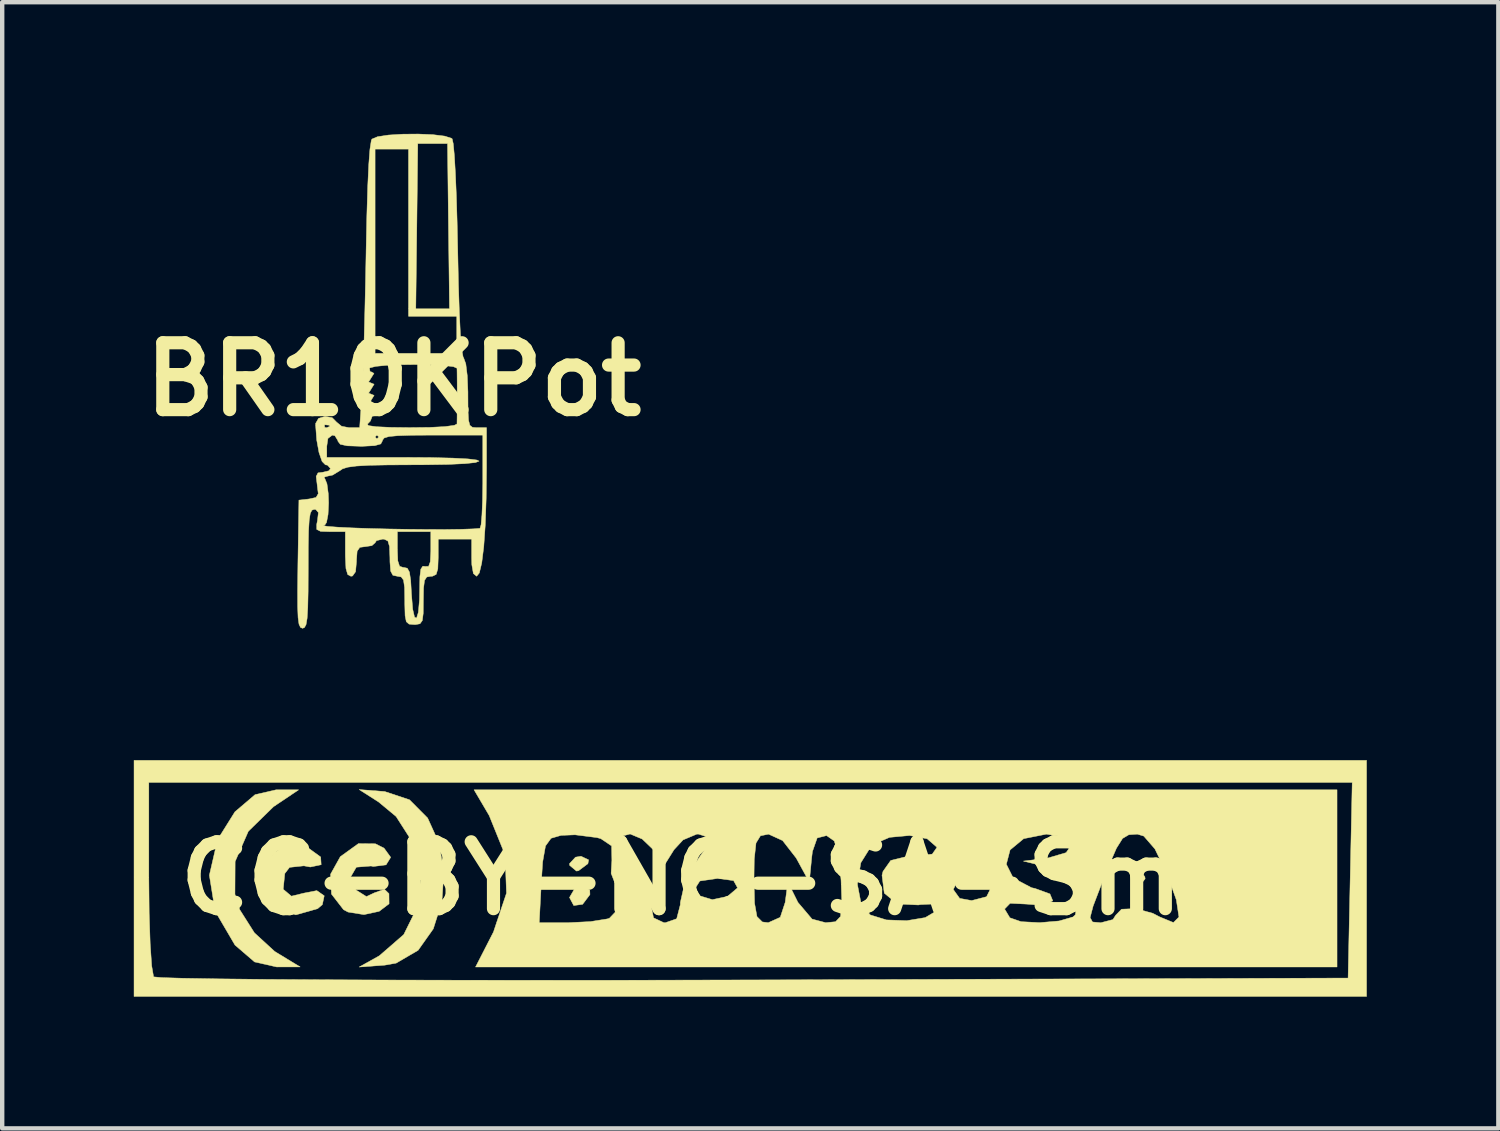
<source format=kicad_pcb>
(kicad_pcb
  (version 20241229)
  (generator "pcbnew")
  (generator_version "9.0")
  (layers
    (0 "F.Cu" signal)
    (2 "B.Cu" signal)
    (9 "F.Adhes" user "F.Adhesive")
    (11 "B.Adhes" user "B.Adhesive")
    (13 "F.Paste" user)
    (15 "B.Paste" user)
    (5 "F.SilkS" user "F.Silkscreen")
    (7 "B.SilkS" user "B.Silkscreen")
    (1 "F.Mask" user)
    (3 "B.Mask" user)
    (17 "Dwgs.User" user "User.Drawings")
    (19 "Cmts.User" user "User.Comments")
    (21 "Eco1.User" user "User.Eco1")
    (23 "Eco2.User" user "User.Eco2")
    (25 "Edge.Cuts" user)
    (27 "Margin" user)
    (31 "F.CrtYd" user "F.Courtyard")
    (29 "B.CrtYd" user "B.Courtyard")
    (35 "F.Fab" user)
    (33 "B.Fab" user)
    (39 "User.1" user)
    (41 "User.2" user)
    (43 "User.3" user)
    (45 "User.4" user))
  (footprint "BR10KPot"
    (layer "F.Cu")
    (at 5.922 5.597)
    (property "Reference" "BR10KPot" (at 0 0 0) (layer "F.SilkS") (effects (font (size 1.524 1.524) (thickness 0.3))))
    (attr through_hole board_only exclude_from_pos_files exclude_from_bom)
    (fp_poly (pts (xy 0.894 -5.578) (xy 1.162 -5.545) (xy 1.319 -5.495) (xy 1.334 -5.482) (xy 1.359 -5.369) (xy 1.384 -5.104) (xy 1.407 -4.707) (xy 1.429 -4.194) (xy 1.447 -3.584) (xy 1.46 -2.979) (xy 1.477 -2.161) (xy 1.498 -1.509) (xy 1.522 -1.019) (xy 1.55 -0.688) (xy 1.583 -0.513) (xy 1.597 -0.486) (xy 1.645 -0.353) (xy 1.678 -0.084) (xy 1.693 0.285) (xy 1.693 0.356) (xy 1.695 0.711) (xy 1.707 0.931) (xy 1.737 1.047) (xy 1.797 1.093) (xy 1.894 1.101) (xy 1.905 1.101) (xy 2.117 1.101) (xy 2.117 2.019) (xy 2.109 2.716) (xy 2.088 3.319) (xy 2.054 3.813) (xy 2.008 4.182) (xy 1.953 4.412) (xy 1.892 4.487) (xy 1.817 4.425) (xy 1.782 4.225) (xy 1.778 4.064) (xy 1.778 3.641) (xy 1.016 3.641) (xy 1.016 4.064) (xy 1.007 4.318) (xy 0.969 4.445) (xy 0.886 4.486) (xy 0.847 4.487) (xy 0.755 4.504) (xy 0.704 4.581) (xy 0.682 4.754) (xy 0.677 5.038) (xy 0.674 5.334) (xy 0.653 5.498) (xy 0.6 5.57) (xy 0.5 5.588) (xy 0.466 5.588) (xy 0.352 5.578) (xy 0.289 5.524) (xy 0.261 5.386) (xy 0.254 5.128) (xy 0.254 5.038) (xy 0.249 4.74) (xy 0.225 4.574) (xy 0.172 4.502) (xy 0.085 4.487) (xy -0.017 4.465) (xy -0.068 4.37) (xy -0.084 4.162) (xy -0.085 4.064) (xy -0.094 3.81) (xy -0.131 3.683) (xy -0.215 3.642) (xy -0.254 3.641) (xy -0.392 3.676) (xy -0.423 3.725) (xy -0.496 3.789) (xy -0.635 3.81) (xy -0.771 3.828) (xy -0.832 3.916) (xy -0.847 4.119) (xy -0.847 4.149) (xy -0.868 4.384) (xy -0.937 4.481) (xy -0.974 4.487) (xy -1.047 4.448) (xy -1.087 4.31) (xy -1.1 4.041) (xy -1.101 3.979) (xy -1.101 3.471) (xy 0.085 3.471) (xy 0.085 3.885) (xy 0.095 4.137) (xy 0.135 4.259) (xy 0.22 4.288) (xy 0.233 4.287) (xy 0.311 4.304) (xy 0.36 4.392) (xy 0.389 4.585) (xy 0.406 4.892) (xy 0.434 5.237) (xy 0.476 5.419) (xy 0.522 5.442) (xy 0.563 5.31) (xy 0.589 5.026) (xy 0.593 4.812) (xy 0.598 4.498) (xy 0.62 4.324) (xy 0.665 4.258) (xy 0.72 4.264) (xy 0.797 4.262) (xy 0.835 4.157) (xy 0.847 3.919) (xy 0.847 3.892) (xy 0.847 3.471) (xy 0.085 3.471) (xy -1.101 3.471) (xy -1.446 3.471) (xy -1.664 3.464) (xy -1.753 3.42) (xy -1.753 3.333) (xy -1.607 3.333) (xy -1.503 3.351) (xy -1.28 3.368) (xy -0.962 3.384) (xy -0.574 3.398) (xy -0.142 3.409) (xy 0.31 3.417) (xy 0.756 3.421) (xy 1.172 3.422) (xy 1.534 3.417) (xy 1.815 3.407) (xy 1.968 3.395) (xy 1.993 3.312) (xy 2.012 3.093) (xy 2.026 2.769) (xy 2.032 2.373) (xy 2.032 2.328) (xy 2.032 1.27) (xy 0.889 1.27) (xy 0.421 1.273) (xy 0.097 1.283) (xy -0.107 1.302) (xy -0.215 1.335) (xy -0.253 1.383) (xy -0.254 1.397) (xy -0.293 1.471) (xy -0.431 1.51) (xy -0.701 1.524) (xy -0.762 1.524) (xy -1.057 1.514) (xy -1.215 1.48) (xy -1.269 1.412) (xy -1.27 1.397) (xy -1.321 1.312) (xy -0.423 1.312) (xy -0.381 1.355) (xy -0.339 1.312) (xy -0.381 1.27) (xy -0.423 1.312) (xy -1.321 1.312) (xy -1.338 1.285) (xy -1.397 1.27) (xy -1.498 1.346) (xy -1.524 1.524) (xy -1.524 1.778) (xy 0.212 1.778) (xy 0.844 1.782) (xy 1.343 1.794) (xy 1.698 1.813) (xy 1.901 1.839) (xy 1.947 1.863) (xy 1.865 1.895) (xy 1.624 1.92) (xy 1.237 1.938) (xy 0.715 1.946) (xy 0.429 1.947) (xy -0.135 1.95) (xy -0.554 1.958) (xy -0.85 1.975) (xy -1.045 2.001) (xy -1.164 2.038) (xy -1.216 2.074) (xy -1.391 2.181) (xy -1.497 2.203) (xy -1.587 2.229) (xy -1.566 2.266) (xy -1.52 2.379) (xy -1.49 2.605) (xy -1.482 2.815) (xy -1.495 3.079) (xy -1.53 3.261) (xy -1.566 3.315) (xy -1.607 3.333) (xy -1.753 3.333) (xy -1.753 3.302) (xy -1.736 3.217) (xy -1.715 3.035) (xy -1.773 2.967) (xy -1.814 2.963) (xy -1.864 2.982) (xy -1.9 3.054) (xy -1.924 3.203) (xy -1.939 3.452) (xy -1.946 3.824) (xy -1.947 4.318) (xy -1.949 4.832) (xy -1.957 5.201) (xy -1.972 5.446) (xy -1.997 5.591) (xy -2.035 5.658) (xy -2.076 5.673) (xy -2.123 5.653) (xy -2.157 5.58) (xy -2.178 5.43) (xy -2.188 5.181) (xy -2.189 4.811) (xy -2.183 4.297) (xy -2.182 4.212) (xy -2.159 2.752) (xy -1.923 2.725) (xy -1.768 2.691) (xy -1.718 2.605) (xy -1.742 2.411) (xy -1.742 2.407) (xy -1.766 2.212) (xy -1.724 2.131) (xy -1.618 2.117) (xy -1.475 2.083) (xy -1.439 2.032) (xy -1.507 1.955) (xy -1.555 1.947) (xy -1.631 1.87) (xy -1.701 1.668) (xy -1.753 1.384) (xy -1.777 1.064) (xy -1.778 1.044) (xy -1.58 1.044) (xy -1.569 1.095) (xy -1.524 1.101) (xy -1.454 1.07) (xy -1.468 1.044) (xy -1.568 1.034) (xy -1.58 1.044) (xy -1.778 1.044) (xy -1.778 1.004) (xy -1.712 0.889) (xy -1.562 0.844) (xy -1.4 0.873) (xy -1.301 0.974) (xy -1.187 1.068) (xy -1.013 1.101) (xy -0.774 1.101) (xy -0.769 1.021) (xy -0.599 1.021) (xy -0.574 1.054) (xy -0.392 1.079) (xy -0.062 1.094) (xy 0.36 1.099) (xy 0.823 1.094) (xy 1.171 1.076) (xy 1.383 1.047) (xy 1.444 1.016) (xy 1.446 0.892) (xy 1.448 0.653) (xy 1.449 0.381) (xy 1.448 0.084) (xy 1.446 -0.147) (xy 1.444 -0.254) (xy 1.364 -0.29) (xy 1.155 -0.316) (xy 0.858 -0.332) (xy 0.513 -0.339) (xy 0.16 -0.335) (xy -0.16 -0.321) (xy -0.406 -0.297) (xy -0.54 -0.264) (xy -0.55 -0.254) (xy -0.538 -0.176) (xy -0.503 -0.169) (xy -0.448 -0.137) (xy -0.508 -0.042) (xy -0.571 0.059) (xy -0.508 0.085) (xy -0.508 0.085) (xy -0.445 0.11) (xy -0.508 0.211) (xy -0.508 0.212) (xy -0.571 0.313) (xy -0.508 0.339) (xy -0.508 0.339) (xy -0.445 0.364) (xy -0.508 0.465) (xy -0.508 0.466) (xy -0.56 0.568) (xy -0.533 0.593) (xy -0.469 0.656) (xy -0.472 0.799) (xy -0.531 0.95) (xy -0.599 1.021) (xy -0.769 1.021) (xy -0.721 0.318) (xy -0.706 0.024) (xy -0.689 -0.409) (xy -0.672 -0.948) (xy -0.656 -1.564) (xy -0.641 -2.225) (xy -0.628 -2.899) (xy -0.628 -2.915) (xy -0.611 -3.724) (xy -0.591 -4.387) (xy -0.567 -4.898) (xy -0.54 -5.249) (xy -0.423 -5.249) (xy -0.423 -0.593) (xy 1.439 -0.593) (xy 1.439 -1.439) (xy 0.339 -1.439) (xy 0.339 -1.609) (xy 0.505 -1.609) (xy 1.273 -1.609) (xy 1.25 -3.493) (xy 1.228 -5.376) (xy 0.55 -5.376) (xy 0.528 -3.493) (xy 0.505 -1.609) (xy 0.339 -1.609) (xy 0.339 -5.249) (xy -0.423 -5.249) (xy -0.54 -5.249) (xy -0.539 -5.253) (xy -0.509 -5.445) (xy -0.495 -5.477) (xy -0.367 -5.531) (xy -0.117 -5.569) (xy 0.208 -5.589) (xy 0.56 -5.592) (xy 0.894 -5.578)) (stroke (width 0.01) (type solid)) (fill yes) (layer "F.SilkS")))
  (footprint "CC-BY-NC-SA-Small"
    (layer "F.Cu")
    (at 13.967 16.971)
    (property "Reference" "CC-BY-NC-SA-Small" (at 0 0 0) (layer "F.SilkS") (effects (font (size 1.524 1.524) (thickness 0.3))))
    (attr through_hole board_only exclude_from_pos_files exclude_from_bom)
    (fp_poly (pts (xy -3.575 0.266) (xy -3.571 0.368) (xy -3.738 0.59) (xy -3.94 0.618) (xy -4.037 0.435) (xy -3.902 0.203) (xy -3.771 0.168) (xy -3.575 0.266)) (stroke (width 0.01) (type solid)) (fill yes) (layer "F.SilkS"))
    (fp_poly (pts (xy -3.601 -0.423) (xy -3.617 -0.336) (xy -3.832 -0.175) (xy -3.879 -0.168) (xy -4.033 -0.297) (xy -4.037 -0.336) (xy -3.9 -0.484) (xy -3.775 -0.505) (xy -3.601 -0.423)) (stroke (width 0.01) (type solid)) (fill yes) (layer "F.SilkS"))
    (fp_poly (pts (xy 8.915 -0.252) (xy 9.077 -0.037) (xy 9.083 0.01) (xy 8.955 0.164) (xy 8.915 0.168) (xy 8.768 0.031) (xy 8.747 -0.094) (xy 8.829 -0.268) (xy 8.915 -0.252)) (stroke (width 0.01) (type solid)) (fill yes) (layer "F.SilkS"))
    (fp_poly (pts (xy -8.248 -1.98) (xy -7.683 -1.792) (xy -7.27 -1.376) (xy -7.01 -0.803) (xy -6.901 -0.143) (xy -6.945 0.531) (xy -7.141 1.149) (xy -7.488 1.639) (xy -7.988 1.931) (xy -8.248 1.977) (xy -8.831 2.02) (xy -8.371 1.763) (xy -7.815 1.28) (xy -7.499 0.642) (xy -7.423 -0.072) (xy -7.587 -0.783) (xy -7.989 -1.411) (xy -8.389 -1.743) (xy -8.831 -2.025) (xy -8.248 -1.98)) (stroke (width 0.01) (type solid)) (fill yes) (layer "F.SilkS"))
    (fp_poly (pts (xy -10.783 -1.635) (xy -11.357 -1.074) (xy -11.658 -0.385) (xy -11.662 0.36) (xy -11.554 0.711) (xy -11.218 1.241) (xy -10.759 1.662) (xy -10.734 1.678) (xy -10.177 2.017) (xy -10.709 2.018) (xy -11.214 1.904) (xy -11.659 1.521) (xy -11.662 1.518) (xy -12.113 0.748) (xy -12.245 -0.072) (xy -12.057 -0.887) (xy -11.662 -1.518) (xy -11.203 -1.909) (xy -10.726 -2.019) (xy -10.211 -2.019) (xy -10.783 -1.635)) (stroke (width 0.01) (type solid)) (fill yes) (layer "F.SilkS"))
    (fp_poly (pts (xy -10.124 -0.752) (xy -9.998 -0.699) (xy -9.708 -0.488) (xy -9.697 -0.312) (xy -9.945 -0.26) (xy -10.091 -0.287) (xy -10.418 -0.252) (xy -10.526 -0.111) (xy -10.562 0.247) (xy -10.375 0.405) (xy -10.093 0.336) (xy -9.796 0.278) (xy -9.627 0.396) (xy -9.67 0.598) (xy -9.777 0.689) (xy -10.275 0.831) (xy -10.746 0.657) (xy -10.838 0.577) (xy -11.08 0.144) (xy -10.996 -0.307) (xy -10.765 -0.589) (xy -10.453 -0.792) (xy -10.124 -0.752)) (stroke (width 0.01) (type solid)) (fill yes) (layer "F.SilkS"))
    (fp_poly (pts (xy -8.46 -0.789) (xy -8.263 -0.689) (xy -8.112 -0.481) (xy -8.218 -0.309) (xy -8.509 -0.272) (xy -8.56 -0.283) (xy -8.896 -0.256) (xy -9.027 -0.03) (xy -8.907 0.262) (xy -8.665 0.414) (xy -8.487 0.33) (xy -8.255 0.247) (xy -8.152 0.347) (xy -8.149 0.578) (xy -8.375 0.75) (xy -8.722 0.825) (xy -9.084 0.767) (xy -9.187 0.712) (xy -9.462 0.357) (xy -9.483 -0.096) (xy -9.26 -0.496) (xy -8.848 -0.793) (xy -8.46 -0.789)) (stroke (width 0.01) (type solid)) (fill yes) (layer "F.SilkS"))
    (fp_poly (pts (xy 14.13 2.691) (xy -13.962 2.691) (xy -13.962 -2.187) (xy -13.625 -2.187) (xy -13.625 -0.028) (xy -13.617 0.793) (xy -13.594 1.488) (xy -13.56 1.991) (xy -13.518 2.234) (xy -13.512 2.244) (xy -13.33 2.261) (xy -12.837 2.276) (xy -12.059 2.289) (xy -11.02 2.301) (xy -9.746 2.309) (xy -8.262 2.316) (xy -6.595 2.32) (xy -4.768 2.322) (xy -2.808 2.321) (xy -0.74 2.316) (xy 0.155 2.314) (xy 13.709 2.271) (xy 13.756 0.042) (xy 13.803 -2.187) (xy -13.625 -2.187) (xy -13.962 -2.187) (xy -13.962 -2.691) (xy 14.13 -2.691) (xy 14.13 2.691)) (stroke (width 0.01) (type solid)) (fill yes) (layer "F.SilkS"))
    (fp_poly (pts (xy 13.457 2.019) (xy -6.178 2.019) (xy -5.769 1.22) (xy -5.699 1.009) (xy -4.727 1.009) (xy -4.059 1.009) (xy -3.559 0.984) (xy -3.175 0.923) (xy -3.126 0.907) (xy -2.916 0.686) (xy -2.864 0.357) (xy -2.998 0.103) (xy -3.005 0.098) (xy -3.088 -0.116) (xy -3.071 -0.409) (xy -3.077 -0.741) (xy -3.288 -0.883) (xy -2.856 -0.883) (xy -2.759 -0.674) (xy -2.53 -0.345) (xy -2.523 -0.336) (xy -2.282 0.118) (xy -2.19 0.547) (xy -2.122 0.898) (xy -1.888 1.008) (xy -1.85 1.009) (xy -1.594 0.92) (xy -1.511 0.599) (xy -1.51 0.547) (xy -1.437 0.225) (xy -1.173 0.225) (xy -1.058 0.4) (xy -0.781 0.484) (xy -0.435 0.41) (xy -0.214 0.222) (xy -0.209 0.21) (xy -0.297 0.05) (xy -0.659 0) (xy 0.168 0) (xy 0.181 0.565) (xy 0.236 0.87) (xy 0.358 0.992) (xy 0.493 1.009) (xy 0.767 0.886) (xy 0.879 0.547) (xy 0.94 0.084) (xy 1.17 0.547) (xy 1.492 0.927) (xy 1.802 1.009) (xy 2.027 0.987) (xy 2.141 0.867) (xy 2.172 0.569) (xy 2.156 0.131) (xy 2.524 0.131) (xy 2.611 0.581) (xy 2.818 0.832) (xy 3.187 0.946) (xy 3.649 0.963) (xy 4.071 0.893) (xy 4.317 0.747) (xy 4.332 0.716) (xy 4.324 0.697) (xy 5.88 0.697) (xy 6 0.897) (xy 6.256 0.986) (xy 6.679 1.008) (xy 7.122 0.97) (xy 7.393 0.892) (xy 7.829 0.892) (xy 7.884 0.993) (xy 8.06 1.009) (xy 8.077 1.009) (xy 8.349 0.938) (xy 8.411 0.841) (xy 8.545 0.702) (xy 8.868 0.688) (xy 9.257 0.795) (xy 9.415 0.877) (xy 9.728 1.006) (xy 9.854 0.88) (xy 9.794 0.487) (xy 9.591 -0.078) (xy 9.306 -0.672) (xy 9.052 -0.965) (xy 8.906 -1.009) (xy 8.712 -0.996) (xy 8.569 -0.911) (xy 8.429 -0.688) (xy 8.244 -0.26) (xy 8.087 0.135) (xy 7.897 0.632) (xy 7.829 0.892) (xy 7.393 0.892) (xy 7.436 0.88) (xy 7.491 0.831) (xy 7.564 0.439) (xy 7.374 0.053) (xy 6.983 -0.22) (xy 6.857 -0.26) (xy 6.308 -0.395) (xy 6.855 -0.461) (xy 7.282 -0.587) (xy 7.413 -0.774) (xy 7.252 -0.942) (xy 6.833 -1.009) (xy 6.315 -0.906) (xy 6.005 -0.649) (xy 5.92 -0.323) (xy 6.077 -0.009) (xy 6.492 0.211) (xy 6.576 0.23) (xy 6.913 0.353) (xy 6.978 0.509) (xy 6.976 0.513) (xy 6.741 0.613) (xy 6.376 0.585) (xy 6.006 0.567) (xy 5.88 0.697) (xy 4.324 0.697) (xy 4.278 0.582) (xy 3.956 0.597) (xy 3.915 0.605) (xy 3.436 0.582) (xy 3.138 0.336) (xy 3.127 0.252) (xy 4.71 0.252) (xy 4.856 0.455) (xy 5.13 0.505) (xy 5.469 0.417) (xy 5.551 0.252) (xy 5.405 0.049) (xy 5.13 0) (xy 4.792 0.088) (xy 4.71 0.252) (xy 3.127 0.252) (xy 3.086 -0.072) (xy 3.109 -0.16) (xy 3.285 -0.409) (xy 3.658 -0.501) (xy 3.81 -0.505) (xy 4.231 -0.554) (xy 4.336 -0.704) (xy 4.333 -0.715) (xy 4.115 -0.904) (xy 3.713 -0.978) (xy 3.258 -0.936) (xy 2.881 -0.773) (xy 2.844 -0.743) (xy 2.602 -0.355) (xy 2.524 0.131) (xy 2.156 0.131) (xy 2.153 0.044) (xy 2.099 -0.538) (xy 1.997 -0.854) (xy 1.826 -0.974) (xy 1.82 -0.976) (xy 1.608 -0.922) (xy 1.5 -0.613) (xy 1.483 -0.473) (xy 1.429 0.084) (xy 1.131 -0.463) (xy 0.82 -0.863) (xy 0.5 -1.009) (xy 0.315 -0.971) (xy 0.214 -0.806) (xy 0.174 -0.437) (xy 0.168 0) (xy -0.659 0) (xy -1.066 0.059) (xy -1.173 0.225) (xy -1.437 0.225) (xy -1.403 0.075) (xy -1.177 -0.336) (xy -0.907 -0.731) (xy -0.88 -0.941) (xy -1.094 -1.009) (xy -1.137 -1.009) (xy -1.448 -0.878) (xy -1.655 -0.654) (xy -1.877 -0.299) (xy -2.125 -0.654) (xy -2.38 -0.898) (xy -2.655 -1.013) (xy -2.836 -0.965) (xy -2.856 -0.883) (xy -3.288 -0.883) (xy -3.322 -0.906) (xy -3.413 -0.931) (xy -3.91 -0.994) (xy -4.23 -0.981) (xy -4.457 -0.915) (xy -4.584 -0.74) (xy -4.649 -0.374) (xy -4.676 0.042) (xy -4.727 1.009) (xy -5.699 1.009) (xy -5.473 0.336) (xy -5.505 -0.537) (xy -5.867 -1.433) (xy -5.89 -1.472) (xy -6.212 -2.019) (xy 13.457 -2.019) (xy 13.457 2.019)) (stroke (width 0.01) (type solid)) (fill yes) (layer "F.SilkS")))
  (gr_rect
    (start -3 -3)
    (end 31.101 22.668)
    (stroke (width 0.1) (type default))
    (fill no)
    (layer "Edge.Cuts")))
</source>
